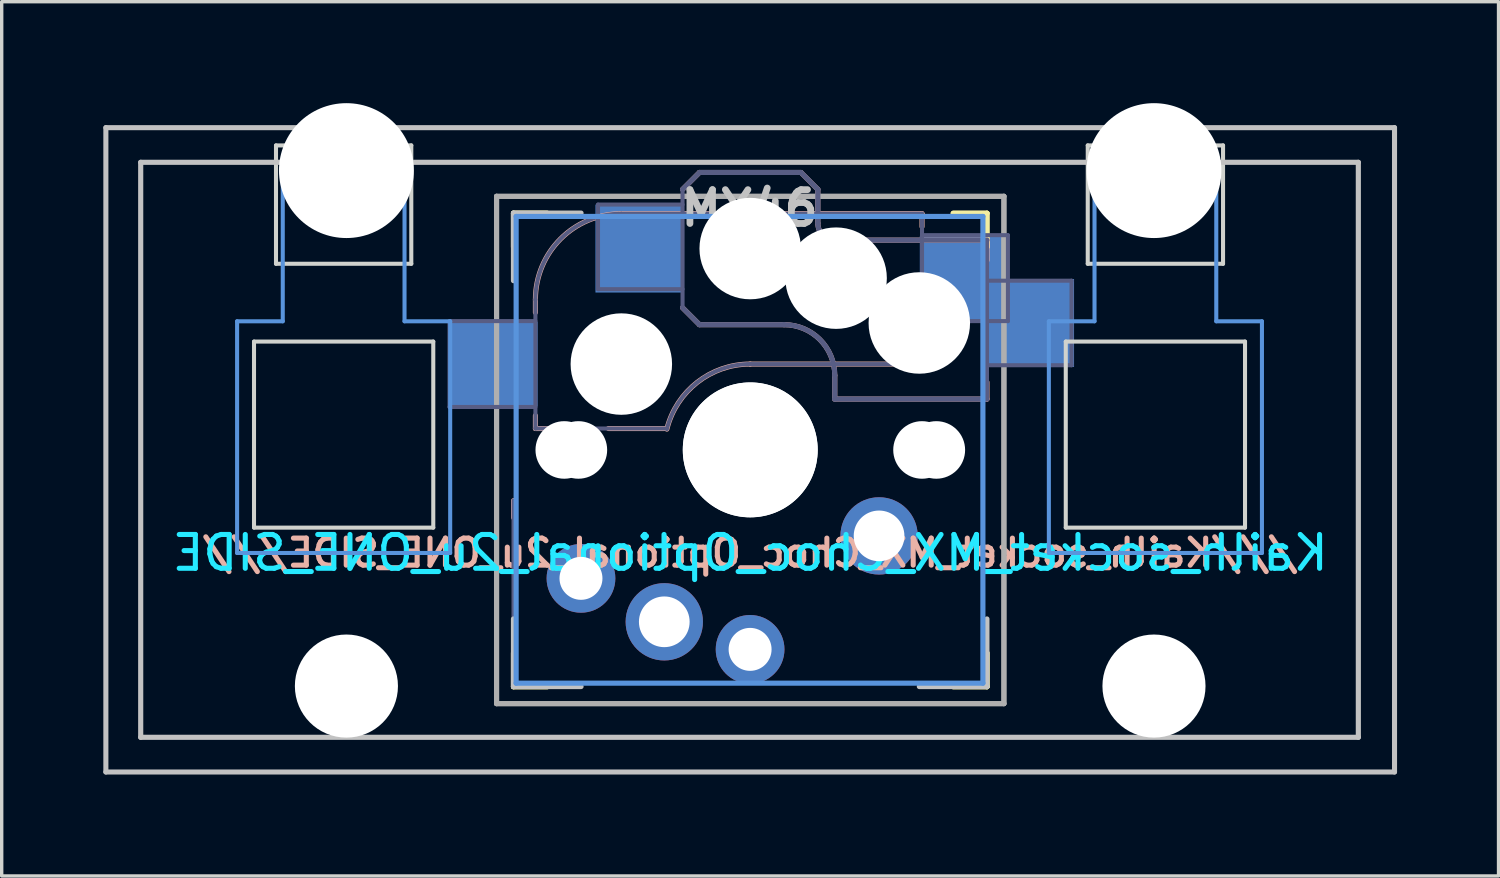
<source format=kicad_pcb>
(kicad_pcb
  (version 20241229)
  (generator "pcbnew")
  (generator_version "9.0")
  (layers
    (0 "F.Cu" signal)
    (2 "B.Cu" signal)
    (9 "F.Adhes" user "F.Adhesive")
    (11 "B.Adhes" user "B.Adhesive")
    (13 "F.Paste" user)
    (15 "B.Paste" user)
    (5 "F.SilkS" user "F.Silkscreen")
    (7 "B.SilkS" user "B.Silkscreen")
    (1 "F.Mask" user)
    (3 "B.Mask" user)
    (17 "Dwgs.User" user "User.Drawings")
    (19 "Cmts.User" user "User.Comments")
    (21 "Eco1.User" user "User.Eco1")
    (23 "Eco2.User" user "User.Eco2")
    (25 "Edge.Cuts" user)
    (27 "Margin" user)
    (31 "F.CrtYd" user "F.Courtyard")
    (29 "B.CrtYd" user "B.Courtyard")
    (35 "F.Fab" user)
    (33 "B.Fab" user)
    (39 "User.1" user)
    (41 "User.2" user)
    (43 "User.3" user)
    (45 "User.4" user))
  (footprint "Kailh_socket_MX_Choc_Optional_2u_ONE_SIDE"
    (layer "F.Cu")
    (at 19.13 10.249)
    (property "Reference" "Kailh_socket_MX_Choc_Optional_2u_ONE_SIDE" (at 0 3.048 0) (layer "B.CrtYd") (effects (font (size 1 1) (thickness 0.15)) (justify mirror)))
    (attr smd)
    (fp_line (start -7 -5.995) (end -7 -6.995) (stroke (width 0.15) (type solid)) (layer "F.SilkS"))
    (fp_line (start -7 7.005) (end -7 6.005) (stroke (width 0.15) (type solid)) (layer "F.SilkS"))
    (fp_line (start -7 7.005) (end -6 7.005) (stroke (width 0.15) (type solid)) (layer "F.SilkS"))
    (fp_line (start -6.997 -5.995) (end -6.997 -6.995) (stroke (width 0.15) (type solid)) (layer "F.SilkS"))
    (fp_line (start -6.997 7.005) (end -6.997 6.005) (stroke (width 0.15) (type solid)) (layer "F.SilkS"))
    (fp_line (start -6.997 7.005) (end -5.997 7.005) (stroke (width 0.15) (type solid)) (layer "F.SilkS"))
    (fp_line (start -6 -6.995) (end -7 -6.995) (stroke (width 0.15) (type solid)) (layer "F.SilkS"))
    (fp_line (start -5.997 -6.995) (end -6.997 -6.995) (stroke (width 0.15) (type solid)) (layer "F.SilkS"))
    (fp_line (start 6 7.005) (end 7 7.005) (stroke (width 0.15) (type solid)) (layer "F.SilkS"))
    (fp_line (start 6.003 7.005) (end 7.003 7.005) (stroke (width 0.15) (type solid)) (layer "F.SilkS"))
    (fp_line (start 7 -6.995) (end 6 -6.995) (stroke (width 0.15) (type solid)) (layer "F.SilkS"))
    (fp_line (start 7 -6.995) (end 7 -5.995) (stroke (width 0.15) (type solid)) (layer "F.SilkS"))
    (fp_line (start 7 6.005) (end 7 7.005) (stroke (width 0.15) (type solid)) (layer "F.SilkS"))
    (fp_line (start 7.003 -6.995) (end 6.003 -6.995) (stroke (width 0.15) (type solid)) (layer "F.SilkS"))
    (fp_line (start 7.003 -6.995) (end 7.003 -5.995) (stroke (width 0.15) (type solid)) (layer "F.SilkS"))
    (fp_line (start 7.003 6.005) (end 7.003 7.005) (stroke (width 0.15) (type solid)) (layer "F.SilkS"))
    (fp_line (start -6.997 1.504) (end -6.997 2.005) (stroke (width 0.15) (type solid)) (layer "B.SilkS"))
    (fp_line (start -6.997 5.604) (end -6.997 6.205) (stroke (width 0.15) (type solid)) (layer "B.SilkS"))
    (fp_line (start -6.35 -4.441) (end -6.35 -4.059) (stroke (width 0.15) (type solid)) (layer "B.SilkS"))
    (fp_line (start -6.35 -1.012) (end -6.35 -0.63) (stroke (width 0.15) (type solid)) (layer "B.SilkS"))
    (fp_line (start -6.35 -0.63) (end -5.969 -0.63) (stroke (width 0.15) (type solid)) (layer "B.SilkS"))
    (fp_line (start -4.191 -0.63) (end -2.54 -0.63) (stroke (width 0.15) (type solid)) (layer "B.SilkS"))
    (fp_line (start -2 -7.7) (end -1.5 -8.2) (stroke (width 0.15) (type solid)) (layer "B.SilkS"))
    (fp_line (start -2 -4.2) (end -1.5 -3.7) (stroke (width 0.15) (type solid)) (layer "B.SilkS"))
    (fp_line (start -1.5 -8.2) (end 1.5 -8.2) (stroke (width 0.15) (type solid)) (layer "B.SilkS"))
    (fp_line (start -1.5 -3.7) (end 1 -3.7) (stroke (width 0.15) (type solid)) (layer "B.SilkS"))
    (fp_line (start 0 -2.535) (end 5.08 -2.535) (stroke (width 0.15) (type solid)) (layer "B.SilkS"))
    (fp_line (start 1.5 -8.2) (end 2 -7.7) (stroke (width 0.15) (type solid)) (layer "B.SilkS"))
    (fp_line (start 2 -6.7) (end 2 -7.7) (stroke (width 0.15) (type solid)) (layer "B.SilkS"))
    (fp_line (start 2.5 -2.2) (end 2.5 -1.5) (stroke (width 0.15) (type solid)) (layer "B.SilkS"))
    (fp_line (start 2.5 -1.5) (end 7 -1.5) (stroke (width 0.15) (type solid)) (layer "B.SilkS"))
    (fp_line (start 5.08 -6.981) (end -3.81 -6.981) (stroke (width 0.15) (type solid)) (layer "B.SilkS"))
    (fp_line (start 5.08 -6.599) (end 5.08 -6.981) (stroke (width 0.15) (type solid)) (layer "B.SilkS"))
    (fp_line (start 5.08 -2.535) (end 5.08 -3.551) (stroke (width 0.15) (type solid)) (layer "B.SilkS"))
    (fp_line (start 7 -6.2) (end 2.5 -6.2) (stroke (width 0.15) (type solid)) (layer "B.SilkS"))
    (fp_line (start 7 -5.6) (end 7 -6.2) (stroke (width 0.15) (type solid)) (layer "B.SilkS"))
    (fp_line (start 7 -1.5) (end 7 -2) (stroke (width 0.15) (type solid)) (layer "B.SilkS"))
    (fp_arc (start -6.35 -4.4405) (mid -5.606051 -6.236551) (end -3.81 -6.9805) (stroke (width 0.15) (type solid)) (layer "B.SilkS"))
    (fp_arc (start -2.464162 -0.61154) (mid -1.563147 -1.997542) (end 0 -2.5355) (stroke (width 0.15) (type solid)) (layer "B.SilkS"))
    (fp_arc (start 1 -3.7) (mid 2.06066 -3.26066) (end 2.5 -2.2) (stroke (width 0.15) (type solid)) (layer "B.SilkS"))
    (fp_arc (start 2.5 -6.2) (mid 2.146447 -6.346447) (end 2 -6.7) (stroke (width 0.15) (type solid)) (layer "B.SilkS"))
    (fp_line (start -19.05 -9.525) (end 19.05 -9.525) (stroke (width 0.15) (type solid)) (layer "Dwgs.User"))
    (fp_line (start -19.05 9.525) (end -19.05 -9.525) (stroke (width 0.15) (type solid)) (layer "Dwgs.User"))
    (fp_line (start -18.02 -8.5) (end 17.98 -8.5) (stroke (width 0.152) (type solid)) (layer "Dwgs.User"))
    (fp_line (start -18.02 8.5) (end -18.02 -8.5) (stroke (width 0.152) (type solid)) (layer "Dwgs.User"))
    (fp_line (start -7 -7) (end -7 -5) (stroke (width 0.15) (type solid)) (layer "Dwgs.User"))
    (fp_line (start -7 5) (end -7 7) (stroke (width 0.15) (type solid)) (layer "Dwgs.User"))
    (fp_line (start -7 7) (end -5 7) (stroke (width 0.15) (type solid)) (layer "Dwgs.User"))
    (fp_line (start -5 -7) (end -7 -7) (stroke (width 0.15) (type solid)) (layer "Dwgs.User"))
    (fp_line (start 5 7) (end 7 7) (stroke (width 0.15) (type solid)) (layer "Dwgs.User"))
    (fp_line (start 7 7) (end 7 5) (stroke (width 0.15) (type solid)) (layer "Dwgs.User"))
    (fp_line (start 17.98 -8.5) (end 17.98 8.5) (stroke (width 0.152) (type solid)) (layer "Dwgs.User"))
    (fp_line (start 17.98 8.5) (end -18.02 8.5) (stroke (width 0.152) (type solid)) (layer "Dwgs.User"))
    (fp_line (start 19.05 -9.525) (end 19.05 9.525) (stroke (width 0.15) (type solid)) (layer "Dwgs.User"))
    (fp_line (start 19.05 9.525) (end -19.05 9.525) (stroke (width 0.15) (type solid)) (layer "Dwgs.User"))
    (fp_line (start -15.17 -3.8) (end -13.82 -3.8) (stroke (width 0.12) (type solid)) (layer "Cmts.User"))
    (fp_line (start -15.17 3.05) (end -15.17 -3.8) (stroke (width 0.12) (type solid)) (layer "Cmts.User"))
    (fp_line (start -15.17 3.05) (end -8.87 3.05) (stroke (width 0.12) (type solid)) (layer "Cmts.User"))
    (fp_line (start -13.82 -8.45) (end -13.82 -3.8) (stroke (width 0.12) (type solid)) (layer "Cmts.User"))
    (fp_line (start -13.82 -8.45) (end -10.22 -8.45) (stroke (width 0.12) (type solid)) (layer "Cmts.User"))
    (fp_line (start -10.22 -8.45) (end -10.22 -3.8) (stroke (width 0.12) (type solid)) (layer "Cmts.User"))
    (fp_line (start -10.22 -3.8) (end -8.87 -3.8) (stroke (width 0.12) (type solid)) (layer "Cmts.User"))
    (fp_line (start -8.87 3.05) (end -8.87 -3.8) (stroke (width 0.12) (type solid)) (layer "Cmts.User"))
    (fp_line (start -6.92 -6.9) (end 6.88 -6.9) (stroke (width 0.152) (type solid)) (layer "Cmts.User"))
    (fp_line (start -6.92 6.9) (end -6.92 -6.9) (stroke (width 0.152) (type solid)) (layer "Cmts.User"))
    (fp_line (start 6.88 -6.9) (end 6.88 6.9) (stroke (width 0.152) (type solid)) (layer "Cmts.User"))
    (fp_line (start 6.88 6.9) (end -6.92 6.9) (stroke (width 0.152) (type solid)) (layer "Cmts.User"))
    (fp_line (start 8.83 -3.8) (end 10.18 -3.8) (stroke (width 0.12) (type solid)) (layer "Cmts.User"))
    (fp_line (start 8.83 3.05) (end 8.83 -3.8) (stroke (width 0.12) (type solid)) (layer "Cmts.User"))
    (fp_line (start 8.83 3.05) (end 15.13 3.05) (stroke (width 0.12) (type solid)) (layer "Cmts.User"))
    (fp_line (start 10.18 -8.45) (end 10.18 -3.8) (stroke (width 0.12) (type solid)) (layer "Cmts.User"))
    (fp_line (start 10.18 -8.45) (end 13.78 -8.45) (stroke (width 0.12) (type solid)) (layer "Cmts.User"))
    (fp_line (start 13.78 -8.45) (end 13.78 -3.8) (stroke (width 0.12) (type solid)) (layer "Cmts.User"))
    (fp_line (start 13.78 -3.8) (end 15.13 -3.8) (stroke (width 0.12) (type solid)) (layer "Cmts.User"))
    (fp_line (start 15.13 3.05) (end 15.13 -3.8) (stroke (width 0.12) (type solid)) (layer "Cmts.User"))
    (fp_line (start -19.07 -9.525) (end -19.07 9.525) (stroke (width 0.12) (type solid)) (layer "Eco1.User"))
    (fp_line (start -19.07 -9.525) (end 19.03 -9.525) (stroke (width 0.12) (type solid)) (layer "Eco1.User"))
    (fp_line (start -19.07 9.525) (end 19.03 9.525) (stroke (width 0.12) (type solid)) (layer "Eco1.User"))
    (fp_line (start 19.03 -9.525) (end 19.03 9.525) (stroke (width 0.12) (type solid)) (layer "Eco1.User"))
    (fp_line (start -6.9 6.904) (end -6.9 -6.896) (stroke (width 0.15) (type solid)) (layer "Eco2.User"))
    (fp_line (start -6.9 6.904) (end 6.9 6.904) (stroke (width 0.15) (type solid)) (layer "Eco2.User"))
    (fp_line (start -6.897 6.904) (end -6.897 -6.896) (stroke (width 0.15) (type solid)) (layer "Eco2.User"))
    (fp_line (start -6.897 6.904) (end 6.903 6.904) (stroke (width 0.15) (type solid)) (layer "Eco2.User"))
    (fp_line (start 6.9 -6.896) (end -6.9 -6.896) (stroke (width 0.15) (type solid)) (layer "Eco2.User"))
    (fp_line (start 6.9 -6.896) (end 6.9 6.904) (stroke (width 0.15) (type solid)) (layer "Eco2.User"))
    (fp_line (start 6.903 -6.896) (end -6.897 -6.896) (stroke (width 0.15) (type solid)) (layer "Eco2.User"))
    (fp_line (start 6.903 -6.896) (end 6.903 6.904) (stroke (width 0.15) (type solid)) (layer "Eco2.User"))
    (fp_line (start -14.67 -3.2) (end -14.67 2.3) (stroke (width 0.12) (type solid)) (layer "Edge.Cuts"))
    (fp_line (start -14.67 -3.2) (end -9.37 -3.2) (stroke (width 0.12) (type solid)) (layer "Edge.Cuts"))
    (fp_line (start -14.67 2.3) (end -9.37 2.3) (stroke (width 0.12) (type solid)) (layer "Edge.Cuts"))
    (fp_line (start -14.02 -9) (end -14.02 -5.5) (stroke (width 0.12) (type solid)) (layer "Edge.Cuts"))
    (fp_line (start -14.02 -9) (end -10.02 -9) (stroke (width 0.12) (type solid)) (layer "Edge.Cuts"))
    (fp_line (start -14.02 -5.5) (end -10.02 -5.5) (stroke (width 0.12) (type solid)) (layer "Edge.Cuts"))
    (fp_line (start -10.02 -5.5) (end -10.02 -9) (stroke (width 0.12) (type solid)) (layer "Edge.Cuts"))
    (fp_line (start -9.37 2.3) (end -9.37 -3.2) (stroke (width 0.12) (type solid)) (layer "Edge.Cuts"))
    (fp_line (start 9.33 -3.2) (end 9.33 2.3) (stroke (width 0.12) (type solid)) (layer "Edge.Cuts"))
    (fp_line (start 9.33 -3.2) (end 14.63 -3.2) (stroke (width 0.12) (type solid)) (layer "Edge.Cuts"))
    (fp_line (start 9.33 2.3) (end 14.63 2.3) (stroke (width 0.12) (type solid)) (layer "Edge.Cuts"))
    (fp_line (start 9.98 -9) (end 9.98 -5.5) (stroke (width 0.12) (type solid)) (layer "Edge.Cuts"))
    (fp_line (start 9.98 -9) (end 13.98 -9) (stroke (width 0.12) (type solid)) (layer "Edge.Cuts"))
    (fp_line (start 9.98 -5.5) (end 13.98 -5.5) (stroke (width 0.12) (type solid)) (layer "Edge.Cuts"))
    (fp_line (start 13.98 -5.5) (end 13.98 -9) (stroke (width 0.12) (type solid)) (layer "Edge.Cuts"))
    (fp_line (start 14.63 2.3) (end 14.63 -3.2) (stroke (width 0.12) (type solid)) (layer "Edge.Cuts"))
    (fp_line (start -8.89 -3.805) (end -8.89 -1.266) (stroke (width 0.12) (type solid)) (layer "B.Fab"))
    (fp_line (start -8.89 -1.266) (end -6.35 -1.266) (stroke (width 0.12) (type solid)) (layer "B.Fab"))
    (fp_line (start -6.997 1.504) (end -6.997 6.205) (stroke (width 0.12) (type solid)) (layer "B.Fab"))
    (fp_line (start -6.35 -4.441) (end -6.35 -0.63) (stroke (width 0.12) (type solid)) (layer "B.Fab"))
    (fp_line (start -6.35 -3.805) (end -8.89 -3.805) (stroke (width 0.12) (type solid)) (layer "B.Fab"))
    (fp_line (start -6.35 -0.63) (end -2.54 -0.63) (stroke (width 0.12) (type solid)) (layer "B.Fab"))
    (fp_line (start -4.5 -7.25) (end -2 -7.25) (stroke (width 0.12) (type solid)) (layer "B.Fab"))
    (fp_line (start -4.5 -4.75) (end -4.5 -7.25) (stroke (width 0.12) (type solid)) (layer "B.Fab"))
    (fp_line (start -2 -7.7) (end -1.5 -8.2) (stroke (width 0.15) (type solid)) (layer "B.Fab"))
    (fp_line (start -2 -4.75) (end -4.5 -4.75) (stroke (width 0.12) (type solid)) (layer "B.Fab"))
    (fp_line (start -2 -4.25) (end -2 -7.7) (stroke (width 0.12) (type solid)) (layer "B.Fab"))
    (fp_line (start -2 -4.2) (end -1.5 -3.7) (stroke (width 0.15) (type solid)) (layer "B.Fab"))
    (fp_line (start -1.5 -8.2) (end 1.5 -8.2) (stroke (width 0.15) (type solid)) (layer "B.Fab"))
    (fp_line (start -1.5 -3.7) (end 1 -3.7) (stroke (width 0.15) (type solid)) (layer "B.Fab"))
    (fp_line (start 0 -2.535) (end 5.08 -2.535) (stroke (width 0.12) (type solid)) (layer "B.Fab"))
    (fp_line (start 1.5 -8.2) (end 2 -7.7) (stroke (width 0.15) (type solid)) (layer "B.Fab"))
    (fp_line (start 2 -6.7) (end 2 -7.7) (stroke (width 0.15) (type solid)) (layer "B.Fab"))
    (fp_line (start 2.5 -2.2) (end 2.5 -1.5) (stroke (width 0.15) (type solid)) (layer "B.Fab"))
    (fp_line (start 2.5 -1.5) (end 7 -1.5) (stroke (width 0.15) (type solid)) (layer "B.Fab"))
    (fp_line (start 5.08 -6.981) (end -3.81 -6.981) (stroke (width 0.12) (type solid)) (layer "B.Fab"))
    (fp_line (start 5.08 -3.805) (end 7.62 -3.805) (stroke (width 0.12) (type solid)) (layer "B.Fab"))
    (fp_line (start 5.08 -2.535) (end 5.08 -6.981) (stroke (width 0.12) (type solid)) (layer "B.Fab"))
    (fp_line (start 7 -6.2) (end 2.5 -6.2) (stroke (width 0.15) (type solid)) (layer "B.Fab"))
    (fp_line (start 7 -5) (end 9.5 -5) (stroke (width 0.12) (type solid)) (layer "B.Fab"))
    (fp_line (start 7 -1.5) (end 7 -6.2) (stroke (width 0.12) (type solid)) (layer "B.Fab"))
    (fp_line (start 7.62 -6.346) (end 5.08 -6.346) (stroke (width 0.12) (type solid)) (layer "B.Fab"))
    (fp_line (start 7.62 -3.805) (end 7.62 -6.346) (stroke (width 0.12) (type solid)) (layer "B.Fab"))
    (fp_line (start 9.5 -5) (end 9.5 -2.5) (stroke (width 0.12) (type solid)) (layer "B.Fab"))
    (fp_line (start 9.5 -2.5) (end 7 -2.5) (stroke (width 0.12) (type solid)) (layer "B.Fab"))
    (fp_arc (start -6.35 -4.4405) (mid -5.606051 -6.236551) (end -3.81 -6.9805) (stroke (width 0.12) (type solid)) (layer "B.Fab"))
    (fp_arc (start -2.464162 -0.61154) (mid -1.563147 -1.997542) (end 0 -2.5355) (stroke (width 0.12) (type solid)) (layer "B.Fab"))
    (fp_arc (start 1 -3.7) (mid 2.06066 -3.26066) (end 2.5 -2.2) (stroke (width 0.15) (type solid)) (layer "B.Fab"))
    (fp_arc (start 2.5 -6.2) (mid 2.146447 -6.346447) (end 2 -6.7) (stroke (width 0.15) (type solid)) (layer "B.Fab"))
    (fp_line (start -7.5 -7.495) (end 7.5 -7.495) (stroke (width 0.15) (type solid)) (layer "F.Fab"))
    (fp_line (start -7.5 7.505) (end -7.5 -7.495) (stroke (width 0.15) (type solid)) (layer "F.Fab"))
    (fp_line (start -7.497 -7.495) (end 7.503 -7.495) (stroke (width 0.15) (type solid)) (layer "F.Fab"))
    (fp_line (start -7.497 7.505) (end -7.497 -7.495) (stroke (width 0.15) (type solid)) (layer "F.Fab"))
    (fp_line (start 7.5 -7.495) (end 7.5 7.505) (stroke (width 0.15) (type solid)) (layer "F.Fab"))
    (fp_line (start 7.5 7.505) (end -7.5 7.505) (stroke (width 0.15) (type solid)) (layer "F.Fab"))
    (fp_line (start 7.503 -7.495) (end 7.503 7.505) (stroke (width 0.15) (type solid)) (layer "F.Fab"))
    (fp_line (start 7.503 7.505) (end -7.497 7.505) (stroke (width 0.15) (type solid)) (layer "F.Fab"))
    (fp_text user "///${REFERENCE}///" (at 0 3.048 0) (layer "B.SilkS") (effects (font (size 0.8 0.8) (thickness 0.15)) (justify mirror)))
    (fp_text user "MX46" (at -0.02 -7.144 0) (layer "Dwgs.User") (effects (font (size 1 1) (thickness 0.2))))
    (fp_text user "" (at -1.905 -5.075 180) (layer "B.Fab") (effects (font (size 1 1) (thickness 0.15)) (justify mirror)))
    (fp_text user "" (at -2.997 5.005 180) (layer "B.Fab") (effects (font (size 1 1) (thickness 0.15)) (justify mirror)))
    (fp_text user "" (at 3 -5 180) (layer "B.Fab") (effects (font (size 1 1) (thickness 0.15)) (justify mirror)))
    (fp_text user "" (at -2.537 0.639 180) (layer "B.Fab") (effects (font (size 1 1) (thickness 0.15)) (justify mirror)))
    (fp_text user "" (at 0.003 0.004 180) (layer "F.Fab") (effects (font (size 1 1) (thickness 0.15))))
    (fp_text user "" (at 0 0.004 180) (layer "F.Fab") (effects (font (size 1 1) (thickness 0.15))))
    (pad "" np_thru_hole circle (at -11.938 -8.255) (size 3.988 3.988) (drill 3.988) (layers "*.Cu" "*.Mask"))
    (pad "" np_thru_hole circle (at -11.938 6.985) (size 3.048 3.048) (drill 3.048) (layers "*.Cu" "*.Mask"))
    (pad "" np_thru_hole circle (at -5.497 0.004 180) (size 1.702 1.702) (drill 1.702) (layers "*.Cu" "*.Mask"))
    (pad "" np_thru_hole circle (at -5.08 0.004 180) (size 1.702 1.702) (drill 1.702) (layers "*.Cu" "*.Mask"))
    (pad "" np_thru_hole circle (at -3.81 -2.535 180) (size 3 3) (drill 3) (layers "*.Cu" "*.Mask"))
    (pad "" np_thru_hole circle (at 0 -5.95) (size 3 3) (drill 3) (layers "*.Cu" "*.Mask"))
    (pad "" np_thru_hole circle (at 0 0.004 180) (size 3.988 3.988) (drill 3.988) (layers "*.Cu" "*.Mask"))
    (pad "" np_thru_hole circle (at 0.003 0) (size 3.988 3.988) (drill 3.988) (layers "*.Cu" "*.Mask"))
    (pad "" np_thru_hole circle (at 2.54 -5.075 180) (size 3 3) (drill 3) (layers "*.Cu" "*.Mask"))
    (pad "" np_thru_hole circle (at 5 -3.75) (size 3 3) (drill 3) (layers "*.Cu" "*.Mask"))
    (pad "" np_thru_hole circle (at 5.08 0.004 180) (size 1.702 1.702) (drill 1.702) (layers "*.Cu" "*.Mask"))
    (pad "" np_thru_hole circle (at 5.503 0.004 180) (size 1.702 1.702) (drill 1.702) (layers "*.Cu" "*.Mask"))
    (pad "" np_thru_hole circle (at 11.938 -8.255) (size 3.988 3.988) (drill 3.988) (layers "*.Cu" "*.Mask"))
    (pad "" np_thru_hole circle (at 11.938 6.985) (size 3.048 3.048) (drill 3.048) (layers "*.Cu" "*.Mask"))
    (pad "1" thru_hole circle (at -5.003 3.8) (size 2.032 2.032) (drill 1.27) (layers "*.Cu" "*.Mask"))
    (pad "1" thru_hole circle (at 3.81 2.545 180) (size 2.286 2.286) (drill 1.499) (layers "*.Cu" "*.Mask"))
    (pad "1" smd rect (at 6.29 -5.075 180) (size 2.55 2.5) (layers "B.Cu" "B.Mask" "B.Paste"))
    (pad "1" smd rect (at 8.275 -3.75) (size 2.6 2.6) (layers "B.Cu" "B.Mask" "B.Paste"))
    (pad "2" smd rect (at -7.56 -2.535 180) (size 2.55 2.5) (layers "B.Cu" "B.Mask" "B.Paste"))
    (pad "2" smd rect (at -3.275 -5.95) (size 2.6 2.6) (layers "B.Cu" "B.Mask" "B.Paste"))
    (pad "2" thru_hole circle (at -2.54 5.085 180) (size 2.286 2.286) (drill 1.499) (layers "*.Cu" "*.Mask"))
    (pad "2" thru_hole circle (at -0.003 5.9) (size 2.032 2.032) (drill 1.27) (layers "*.Cu" "*.Mask")))
  (gr_rect
    (start -3 -3)
    (end 41.255 22.849)
    (stroke (width 0.1) (type default))
    (fill no)
    (layer "Edge.Cuts")))
</source>
